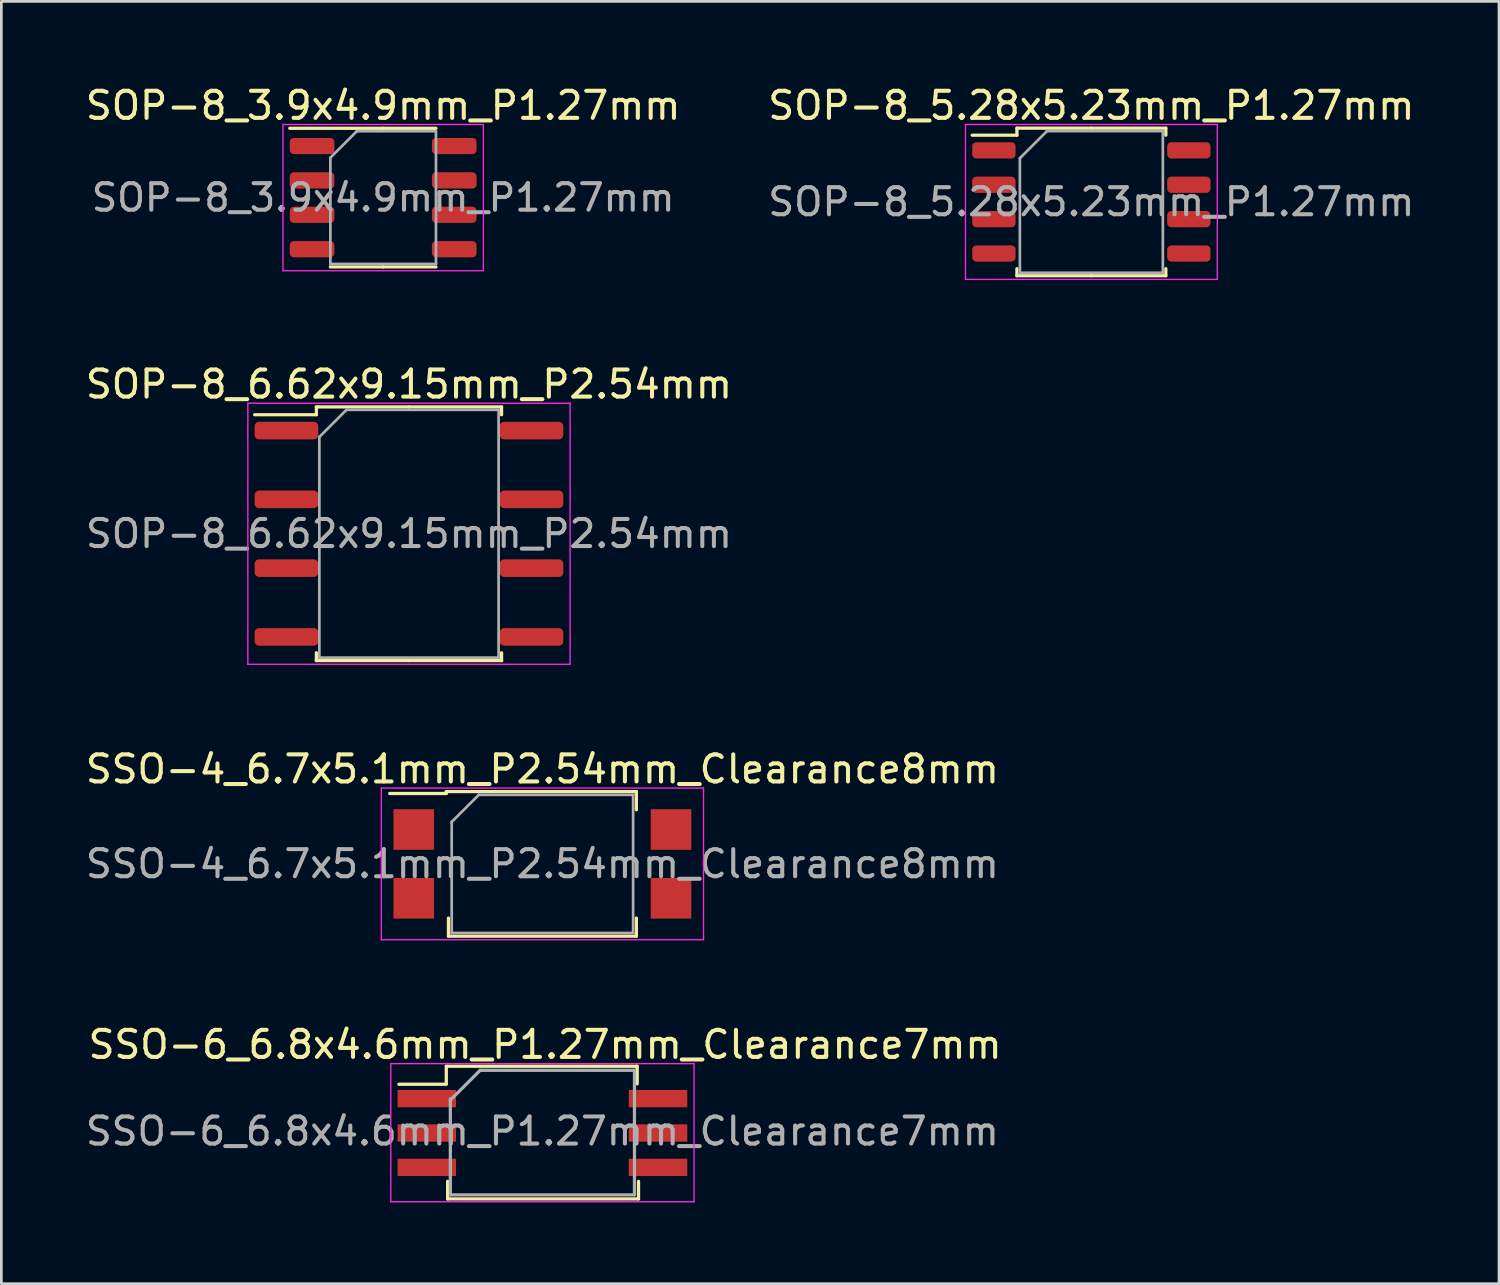
<source format=kicad_pcb>
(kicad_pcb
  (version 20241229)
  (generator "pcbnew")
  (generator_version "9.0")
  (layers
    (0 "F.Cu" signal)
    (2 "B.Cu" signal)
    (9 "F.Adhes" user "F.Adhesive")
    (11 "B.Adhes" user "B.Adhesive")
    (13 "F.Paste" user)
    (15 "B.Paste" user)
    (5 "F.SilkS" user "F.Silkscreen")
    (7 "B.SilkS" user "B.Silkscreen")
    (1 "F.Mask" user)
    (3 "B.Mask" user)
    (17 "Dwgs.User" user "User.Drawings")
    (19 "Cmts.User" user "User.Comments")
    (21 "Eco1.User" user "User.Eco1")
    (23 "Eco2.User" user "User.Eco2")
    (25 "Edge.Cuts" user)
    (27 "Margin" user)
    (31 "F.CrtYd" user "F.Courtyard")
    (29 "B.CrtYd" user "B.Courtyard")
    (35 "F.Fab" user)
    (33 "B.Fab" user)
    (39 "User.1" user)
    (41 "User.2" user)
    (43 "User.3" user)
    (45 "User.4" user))
  (footprint "SOP-8_3.9x4.9mm_P1.27mm"
    (layer "F.Cu")
    (at 11.101 4.248)
    (property "Reference" "SOP-8_3.9x4.9mm_P1.27mm" (at 0 -3.4 0) (layer "F.SilkS") (effects (font (size 1 1) (thickness 0.15))))
    (attr smd)
    (fp_line (start 0 -2.56) (end -3.45 -2.56) (stroke (width 0.12) (type solid)) (layer "F.SilkS"))
    (fp_line (start 0 -2.56) (end 1.95 -2.56) (stroke (width 0.12) (type solid)) (layer "F.SilkS"))
    (fp_line (start 0 2.56) (end -1.95 2.56) (stroke (width 0.12) (type solid)) (layer "F.SilkS"))
    (fp_line (start 0 2.56) (end 1.95 2.56) (stroke (width 0.12) (type solid)) (layer "F.SilkS"))
    (fp_line (start -3.7 -2.7) (end -3.7 2.7) (stroke (width 0.05) (type solid)) (layer "F.CrtYd"))
    (fp_line (start -3.7 2.7) (end 3.7 2.7) (stroke (width 0.05) (type solid)) (layer "F.CrtYd"))
    (fp_line (start 3.7 -2.7) (end -3.7 -2.7) (stroke (width 0.05) (type solid)) (layer "F.CrtYd"))
    (fp_line (start 3.7 2.7) (end 3.7 -2.7) (stroke (width 0.05) (type solid)) (layer "F.CrtYd"))
    (fp_line (start -1.95 -1.475) (end -0.975 -2.45) (stroke (width 0.1) (type solid)) (layer "F.Fab"))
    (fp_line (start -1.95 2.45) (end -1.95 -1.475) (stroke (width 0.1) (type solid)) (layer "F.Fab"))
    (fp_line (start -0.975 -2.45) (end 1.95 -2.45) (stroke (width 0.1) (type solid)) (layer "F.Fab"))
    (fp_line (start 1.95 -2.45) (end 1.95 2.45) (stroke (width 0.1) (type solid)) (layer "F.Fab"))
    (fp_line (start 1.95 2.45) (end -1.95 2.45) (stroke (width 0.1) (type solid)) (layer "F.Fab"))
    (fp_text user "${REFERENCE}" (at 0 0 0) (layer "F.Fab") (effects (font (size 0.98 0.98) (thickness 0.15))))
    (pad "1" smd roundrect (at -2.625 -1.905) (size 1.65 0.6) (layers "F.Cu" "F.Mask" "F.Paste") (roundrect_rratio 0.25))
    (pad "2" smd roundrect (at -2.625 -0.635) (size 1.65 0.6) (layers "F.Cu" "F.Mask" "F.Paste") (roundrect_rratio 0.25))
    (pad "3" smd roundrect (at -2.625 0.635) (size 1.65 0.6) (layers "F.Cu" "F.Mask" "F.Paste") (roundrect_rratio 0.25))
    (pad "4" smd roundrect (at -2.625 1.905) (size 1.65 0.6) (layers "F.Cu" "F.Mask" "F.Paste") (roundrect_rratio 0.25))
    (pad "5" smd roundrect (at 2.625 1.905) (size 1.65 0.6) (layers "F.Cu" "F.Mask" "F.Paste") (roundrect_rratio 0.25))
    (pad "6" smd roundrect (at 2.625 0.635) (size 1.65 0.6) (layers "F.Cu" "F.Mask" "F.Paste") (roundrect_rratio 0.25))
    (pad "7" smd roundrect (at 2.625 -0.635) (size 1.65 0.6) (layers "F.Cu" "F.Mask" "F.Paste") (roundrect_rratio 0.25))
    (pad "8" smd roundrect (at 2.625 -1.905) (size 1.65 0.6) (layers "F.Cu" "F.Mask" "F.Paste") (roundrect_rratio 0.25)))
  (footprint "SSO-6_6.8x4.6mm_P1.27mm_Clearance7mm"
    (layer "F.Cu")
    (at 16.982 38.793)
    (property "Reference" "SSO-6_6.8x4.6mm_P1.27mm_Clearance7mm" (at 0.1 -3.265 0) (layer "F.SilkS") (effects (font (size 1 1) (thickness 0.15))))
    (attr smd)
    (fp_line (start -3.55 -2.465) (end -3.55 -1.815) (stroke (width 0.12) (type solid)) (layer "F.SilkS"))
    (fp_line (start -3.55 -1.8) (end -5.3 -1.8) (stroke (width 0.12) (type solid)) (layer "F.SilkS"))
    (fp_line (start -3.5 1.785) (end -3.5 2.435) (stroke (width 0.12) (type solid)) (layer "F.SilkS"))
    (fp_line (start -3.5 2.435) (end 3.55 2.435) (stroke (width 0.12) (type solid)) (layer "F.SilkS"))
    (fp_line (start 3.5 -2.465) (end -3.55 -2.465) (stroke (width 0.12) (type solid)) (layer "F.SilkS"))
    (fp_line (start 3.5 -2.465) (end 3.5 -1.815) (stroke (width 0.12) (type solid)) (layer "F.SilkS"))
    (fp_line (start 3.55 1.785) (end 3.55 2.435) (stroke (width 0.12) (type solid)) (layer "F.SilkS"))
    (fp_line (start -5.6 -2.56) (end -5.6 2.54) (stroke (width 0.05) (type solid)) (layer "F.CrtYd"))
    (fp_line (start -5.6 -2.56) (end 5.6 -2.56) (stroke (width 0.05) (type solid)) (layer "F.CrtYd"))
    (fp_line (start 5.6 2.54) (end -5.6 2.54) (stroke (width 0.05) (type solid)) (layer "F.CrtYd"))
    (fp_line (start 5.6 2.54) (end 5.6 -2.56) (stroke (width 0.05) (type solid)) (layer "F.CrtYd"))
    (fp_line (start -3.4 2.285) (end -3.4 -1.265) (stroke (width 0.12) (type solid)) (layer "F.Fab"))
    (fp_line (start -2.3 -2.315) (end -3.4 -1.215) (stroke (width 0.12) (type solid)) (layer "F.Fab"))
    (fp_line (start 3.4 -2.315) (end -2.3 -2.315) (stroke (width 0.12) (type solid)) (layer "F.Fab"))
    (fp_line (start 3.4 -2.315) (end 3.4 2.285) (stroke (width 0.12) (type solid)) (layer "F.Fab"))
    (fp_line (start 3.4 2.285) (end -3.4 2.285) (stroke (width 0.12) (type solid)) (layer "F.Fab"))
    (fp_text user "${REFERENCE}" (at 0 -0.065 0) (layer "F.Fab") (effects (font (size 1 1) (thickness 0.15))))
    (pad "1" smd rect (at -4.27 -1.27) (size 2.16 0.64) (layers "F.Cu" "F.Mask" "F.Paste"))
    (pad "2" smd rect (at -4.27 0) (size 2.16 0.64) (layers "F.Cu" "F.Mask" "F.Paste"))
    (pad "3" smd rect (at -4.27 1.27) (size 2.16 0.64) (layers "F.Cu" "F.Mask" "F.Paste"))
    (pad "4" smd rect (at 4.27 1.27) (size 2.16 0.64) (layers "F.Cu" "F.Mask" "F.Paste"))
    (pad "5" smd rect (at 4.27 0) (size 2.16 0.64) (layers "F.Cu" "F.Mask" "F.Paste"))
    (pad "6" smd rect (at 4.27 -1.27) (size 2.16 0.64) (layers "F.Cu" "F.Mask" "F.Paste")))
  (footprint "SSO-4_6.7x5.1mm_P2.54mm_Clearance8mm"
    (layer "F.Cu")
    (at 16.982 28.855)
    (property "Reference" "SSO-4_6.7x5.1mm_P2.54mm_Clearance8mm" (at 0 -3.5 0) (layer "F.SilkS") (effects (font (size 1 1) (thickness 0.15))))
    (attr smd)
    (fp_line (start -3.55 -2.6) (end -5.64 -2.6) (stroke (width 0.12) (type solid)) (layer "F.SilkS"))
    (fp_line (start -3.55 -2.6) (end -3.55 -2.67) (stroke (width 0.12) (type solid)) (layer "F.SilkS"))
    (fp_line (start -3.47 2) (end -3.47 2.67) (stroke (width 0.12) (type solid)) (layer "F.SilkS"))
    (fp_line (start -3.47 2.67) (end 3.47 2.67) (stroke (width 0.12) (type solid)) (layer "F.SilkS"))
    (fp_line (start 3.47 -2.67) (end -3.55 -2.67) (stroke (width 0.12) (type solid)) (layer "F.SilkS"))
    (fp_line (start 3.47 -2.67) (end 3.47 -2) (stroke (width 0.12) (type solid)) (layer "F.SilkS"))
    (fp_line (start 3.47 2) (end 3.47 2.67) (stroke (width 0.12) (type solid)) (layer "F.SilkS"))
    (fp_line (start -5.95 -2.8) (end -5.95 2.8) (stroke (width 0.05) (type solid)) (layer "F.CrtYd"))
    (fp_line (start -5.95 -2.8) (end 5.95 -2.8) (stroke (width 0.05) (type solid)) (layer "F.CrtYd"))
    (fp_line (start 5.95 2.8) (end -5.95 2.8) (stroke (width 0.05) (type solid)) (layer "F.CrtYd"))
    (fp_line (start 5.95 2.8) (end 5.95 -2.8) (stroke (width 0.05) (type solid)) (layer "F.CrtYd"))
    (fp_line (start -3.35 2.55) (end -3.35 -1.55) (stroke (width 0.1) (type solid)) (layer "F.Fab"))
    (fp_line (start -2.35 -2.55) (end -3.35 -1.55) (stroke (width 0.1) (type solid)) (layer "F.Fab"))
    (fp_line (start 3.35 -2.55) (end -2.35 -2.55) (stroke (width 0.1) (type solid)) (layer "F.Fab"))
    (fp_line (start 3.35 -2.55) (end 3.35 2.55) (stroke (width 0.1) (type solid)) (layer "F.Fab"))
    (fp_line (start 3.35 2.55) (end -3.35 2.55) (stroke (width 0.1) (type solid)) (layer "F.Fab"))
    (fp_text user "${REFERENCE}" (at 0 0 0) (layer "F.Fab") (effects (font (size 1 1) (thickness 0.15))))
    (pad "1" smd rect (at -4.75 -1.27) (size 1.5 1.5) (layers "F.Cu" "F.Mask" "F.Paste"))
    (pad "2" smd rect (at -4.75 1.27) (size 1.5 1.5) (layers "F.Cu" "F.Mask" "F.Paste"))
    (pad "3" smd rect (at 4.75 1.27) (size 1.5 1.5) (layers "F.Cu" "F.Mask" "F.Paste"))
    (pad "4" smd rect (at 4.75 -1.27) (size 1.5 1.5) (layers "F.Cu" "F.Mask" "F.Paste")))
  (footprint "SOP-8_6.62x9.15mm_P2.54mm"
    (layer "F.Cu")
    (at 12.054 16.662)
    (property "Reference" "SOP-8_6.62x9.15mm_P2.54mm" (at 0 -5.52 0) (layer "F.SilkS") (effects (font (size 1 1) (thickness 0.15))))
    (attr smd)
    (fp_line (start -3.42 -4.685) (end -3.42 -4.395) (stroke (width 0.12) (type solid)) (layer "F.SilkS"))
    (fp_line (start -3.42 -4.395) (end -5.7 -4.395) (stroke (width 0.12) (type solid)) (layer "F.SilkS"))
    (fp_line (start -3.42 4.685) (end -3.42 4.395) (stroke (width 0.12) (type solid)) (layer "F.SilkS"))
    (fp_line (start 0 -4.685) (end -3.42 -4.685) (stroke (width 0.12) (type solid)) (layer "F.SilkS"))
    (fp_line (start 0 -4.685) (end 3.42 -4.685) (stroke (width 0.12) (type solid)) (layer "F.SilkS"))
    (fp_line (start 0 4.685) (end -3.42 4.685) (stroke (width 0.12) (type solid)) (layer "F.SilkS"))
    (fp_line (start 0 4.685) (end 3.42 4.685) (stroke (width 0.12) (type solid)) (layer "F.SilkS"))
    (fp_line (start 3.42 -4.685) (end 3.42 -4.395) (stroke (width 0.12) (type solid)) (layer "F.SilkS"))
    (fp_line (start 3.42 4.685) (end 3.42 4.395) (stroke (width 0.12) (type solid)) (layer "F.SilkS"))
    (fp_line (start -5.95 -4.82) (end -5.95 4.82) (stroke (width 0.05) (type solid)) (layer "F.CrtYd"))
    (fp_line (start -5.95 4.82) (end 5.95 4.82) (stroke (width 0.05) (type solid)) (layer "F.CrtYd"))
    (fp_line (start 5.95 -4.82) (end -5.95 -4.82) (stroke (width 0.05) (type solid)) (layer "F.CrtYd"))
    (fp_line (start 5.95 4.82) (end 5.95 -4.82) (stroke (width 0.05) (type solid)) (layer "F.CrtYd"))
    (fp_line (start -3.31 -3.575) (end -2.31 -4.575) (stroke (width 0.1) (type solid)) (layer "F.Fab"))
    (fp_line (start -3.31 4.575) (end -3.31 -3.575) (stroke (width 0.1) (type solid)) (layer "F.Fab"))
    (fp_line (start -2.31 -4.575) (end 3.31 -4.575) (stroke (width 0.1) (type solid)) (layer "F.Fab"))
    (fp_line (start 3.31 -4.575) (end 3.31 4.575) (stroke (width 0.1) (type solid)) (layer "F.Fab"))
    (fp_line (start 3.31 4.575) (end -3.31 4.575) (stroke (width 0.1) (type solid)) (layer "F.Fab"))
    (fp_text user "${REFERENCE}" (at 0 0 0) (layer "F.Fab") (effects (font (size 1 1) (thickness 0.15))))
    (pad "1" smd roundrect (at -4.525 -3.81) (size 2.35 0.65) (layers "F.Cu" "F.Mask" "F.Paste") (roundrect_rratio 0.25))
    (pad "2" smd roundrect (at -4.525 -1.27) (size 2.35 0.65) (layers "F.Cu" "F.Mask" "F.Paste") (roundrect_rratio 0.25))
    (pad "3" smd roundrect (at -4.525 1.27) (size 2.35 0.65) (layers "F.Cu" "F.Mask" "F.Paste") (roundrect_rratio 0.25))
    (pad "4" smd roundrect (at -4.525 3.81) (size 2.35 0.65) (layers "F.Cu" "F.Mask" "F.Paste") (roundrect_rratio 0.25))
    (pad "5" smd roundrect (at 4.525 3.81) (size 2.35 0.65) (layers "F.Cu" "F.Mask" "F.Paste") (roundrect_rratio 0.25))
    (pad "6" smd roundrect (at 4.525 1.27) (size 2.35 0.65) (layers "F.Cu" "F.Mask" "F.Paste") (roundrect_rratio 0.25))
    (pad "7" smd roundrect (at 4.525 -1.27) (size 2.35 0.65) (layers "F.Cu" "F.Mask" "F.Paste") (roundrect_rratio 0.25))
    (pad "8" smd roundrect (at 4.525 -3.81) (size 2.35 0.65) (layers "F.Cu" "F.Mask" "F.Paste") (roundrect_rratio 0.25)))
  (footprint "SOP-8_5.28x5.23mm_P1.27mm"
    (layer "F.Cu")
    (at 37.256 4.408)
    (property "Reference" "SOP-8_5.28x5.23mm_P1.27mm" (at 0 -3.56 0) (layer "F.SilkS") (effects (font (size 1 1) (thickness 0.15))))
    (attr smd)
    (fp_line (start -2.75 -2.725) (end -2.75 -2.465) (stroke (width 0.12) (type solid)) (layer "F.SilkS"))
    (fp_line (start -2.75 -2.465) (end -4.4 -2.465) (stroke (width 0.12) (type solid)) (layer "F.SilkS"))
    (fp_line (start -2.75 2.725) (end -2.75 2.465) (stroke (width 0.12) (type solid)) (layer "F.SilkS"))
    (fp_line (start 0 -2.725) (end -2.75 -2.725) (stroke (width 0.12) (type solid)) (layer "F.SilkS"))
    (fp_line (start 0 -2.725) (end 2.75 -2.725) (stroke (width 0.12) (type solid)) (layer "F.SilkS"))
    (fp_line (start 0 2.725) (end -2.75 2.725) (stroke (width 0.12) (type solid)) (layer "F.SilkS"))
    (fp_line (start 0 2.725) (end 2.75 2.725) (stroke (width 0.12) (type solid)) (layer "F.SilkS"))
    (fp_line (start 2.75 -2.725) (end 2.75 -2.465) (stroke (width 0.12) (type solid)) (layer "F.SilkS"))
    (fp_line (start 2.75 2.725) (end 2.75 2.465) (stroke (width 0.12) (type solid)) (layer "F.SilkS"))
    (fp_line (start -4.65 -2.86) (end -4.65 2.86) (stroke (width 0.05) (type solid)) (layer "F.CrtYd"))
    (fp_line (start -4.65 2.86) (end 4.65 2.86) (stroke (width 0.05) (type solid)) (layer "F.CrtYd"))
    (fp_line (start 4.65 -2.86) (end -4.65 -2.86) (stroke (width 0.05) (type solid)) (layer "F.CrtYd"))
    (fp_line (start 4.65 2.86) (end 4.65 -2.86) (stroke (width 0.05) (type solid)) (layer "F.CrtYd"))
    (fp_line (start -2.64 -1.615) (end -1.64 -2.615) (stroke (width 0.1) (type solid)) (layer "F.Fab"))
    (fp_line (start -2.64 2.615) (end -2.64 -1.615) (stroke (width 0.1) (type solid)) (layer "F.Fab"))
    (fp_line (start -1.64 -2.615) (end 2.64 -2.615) (stroke (width 0.1) (type solid)) (layer "F.Fab"))
    (fp_line (start 2.64 -2.615) (end 2.64 2.615) (stroke (width 0.1) (type solid)) (layer "F.Fab"))
    (fp_line (start 2.64 2.615) (end -2.64 2.615) (stroke (width 0.1) (type solid)) (layer "F.Fab"))
    (fp_text user "${REFERENCE}" (at 0 0 0) (layer "F.Fab") (effects (font (size 1 1) (thickness 0.15))))
    (pad "1" smd roundrect (at -3.6 -1.905) (size 1.6 0.6) (layers "F.Cu" "F.Mask" "F.Paste") (roundrect_rratio 0.25))
    (pad "2" smd roundrect (at -3.6 -0.635) (size 1.6 0.6) (layers "F.Cu" "F.Mask" "F.Paste") (roundrect_rratio 0.25))
    (pad "3" smd roundrect (at -3.6 0.635) (size 1.6 0.6) (layers "F.Cu" "F.Mask" "F.Paste") (roundrect_rratio 0.25))
    (pad "4" smd roundrect (at -3.6 1.905) (size 1.6 0.6) (layers "F.Cu" "F.Mask" "F.Paste") (roundrect_rratio 0.25))
    (pad "5" smd roundrect (at 3.6 1.905) (size 1.6 0.6) (layers "F.Cu" "F.Mask" "F.Paste") (roundrect_rratio 0.25))
    (pad "6" smd roundrect (at 3.6 0.635) (size 1.6 0.6) (layers "F.Cu" "F.Mask" "F.Paste") (roundrect_rratio 0.25))
    (pad "7" smd roundrect (at 3.6 -0.635) (size 1.6 0.6) (layers "F.Cu" "F.Mask" "F.Paste") (roundrect_rratio 0.25))
    (pad "8" smd roundrect (at 3.6 -1.905) (size 1.6 0.6) (layers "F.Cu" "F.Mask" "F.Paste") (roundrect_rratio 0.25)))
  (gr_rect
    (start -3 -3)
    (end 52.31 44.358)
    (stroke (width 0.1) (type default))
    (fill no)
    (layer "Edge.Cuts")))
</source>
